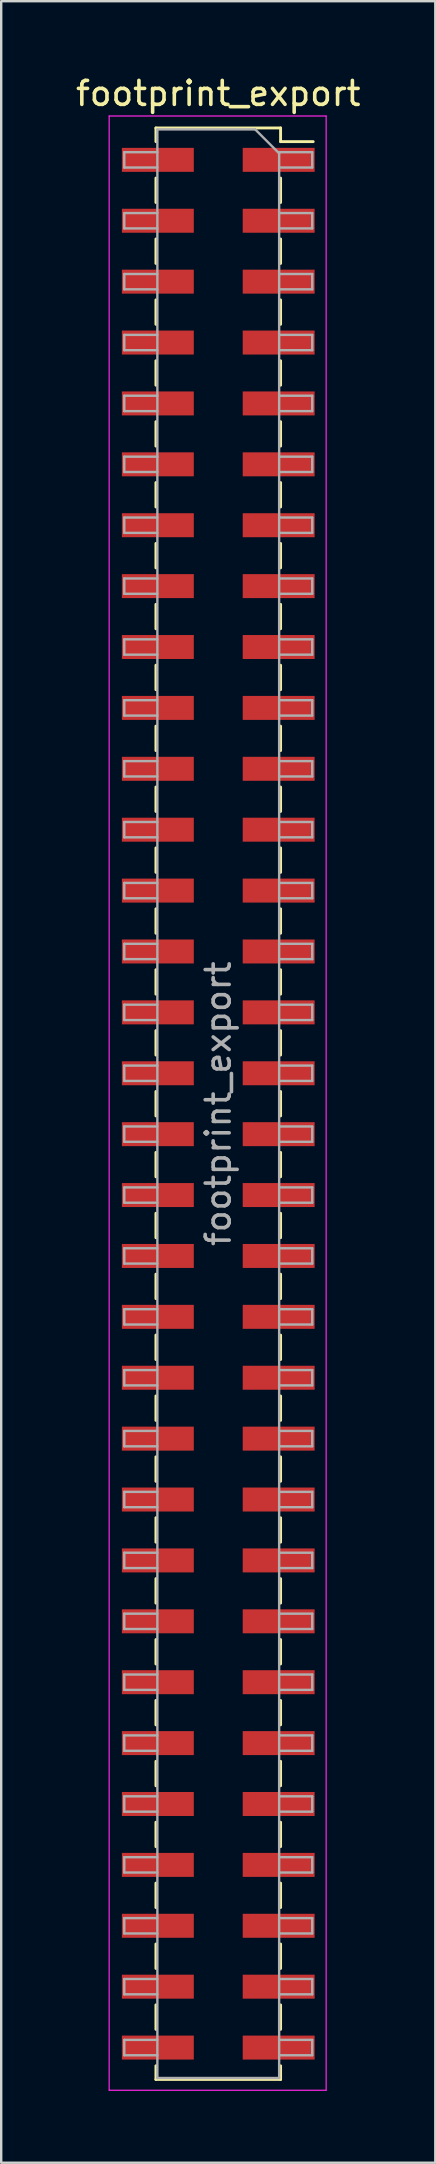
<source format=kicad_pcb>
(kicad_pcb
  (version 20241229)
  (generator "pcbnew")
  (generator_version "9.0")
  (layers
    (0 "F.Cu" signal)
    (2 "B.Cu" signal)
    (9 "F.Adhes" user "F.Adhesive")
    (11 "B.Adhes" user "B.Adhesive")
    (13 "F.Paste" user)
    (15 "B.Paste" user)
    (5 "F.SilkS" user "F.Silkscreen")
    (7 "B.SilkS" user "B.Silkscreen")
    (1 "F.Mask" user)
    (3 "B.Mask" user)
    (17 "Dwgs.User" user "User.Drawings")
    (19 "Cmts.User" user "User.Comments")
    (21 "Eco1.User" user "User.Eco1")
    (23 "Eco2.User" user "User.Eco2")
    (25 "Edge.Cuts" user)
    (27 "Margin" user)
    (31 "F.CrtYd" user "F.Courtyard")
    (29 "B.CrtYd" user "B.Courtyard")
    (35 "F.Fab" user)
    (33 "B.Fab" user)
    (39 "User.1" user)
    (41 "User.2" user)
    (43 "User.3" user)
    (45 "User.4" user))
  (footprint "footprint_export"
    (layer "F.Cu")
    (at 6.054 42.988)
    (property "Reference" "footprint_export" (at 0 -42.14 0) (layer "F.SilkS") (effects (font (size 1 1) (thickness 0.15))))
    (attr smd)
    (fp_line (start -2.6 -40.7) (end -2.6 -40.13) (stroke (width 0.12) (type solid)) (layer "F.SilkS"))
    (fp_line (start -2.6 -40.7) (end 2.6 -40.7) (stroke (width 0.12) (type solid)) (layer "F.SilkS"))
    (fp_line (start -2.6 -38.61) (end -2.6 -37.59) (stroke (width 0.12) (type solid)) (layer "F.SilkS"))
    (fp_line (start -2.6 -36.07) (end -2.6 -35.05) (stroke (width 0.12) (type solid)) (layer "F.SilkS"))
    (fp_line (start -2.6 -33.53) (end -2.6 -32.51) (stroke (width 0.12) (type solid)) (layer "F.SilkS"))
    (fp_line (start -2.6 -30.99) (end -2.6 -29.97) (stroke (width 0.12) (type solid)) (layer "F.SilkS"))
    (fp_line (start -2.6 -28.45) (end -2.6 -27.43) (stroke (width 0.12) (type solid)) (layer "F.SilkS"))
    (fp_line (start -2.6 -25.91) (end -2.6 -24.89) (stroke (width 0.12) (type solid)) (layer "F.SilkS"))
    (fp_line (start -2.6 -23.37) (end -2.6 -22.35) (stroke (width 0.12) (type solid)) (layer "F.SilkS"))
    (fp_line (start -2.6 -20.83) (end -2.6 -19.81) (stroke (width 0.12) (type solid)) (layer "F.SilkS"))
    (fp_line (start -2.6 -18.29) (end -2.6 -17.27) (stroke (width 0.12) (type solid)) (layer "F.SilkS"))
    (fp_line (start -2.6 -15.75) (end -2.6 -14.73) (stroke (width 0.12) (type solid)) (layer "F.SilkS"))
    (fp_line (start -2.6 -13.21) (end -2.6 -12.19) (stroke (width 0.12) (type solid)) (layer "F.SilkS"))
    (fp_line (start -2.6 -10.67) (end -2.6 -9.65) (stroke (width 0.12) (type solid)) (layer "F.SilkS"))
    (fp_line (start -2.6 -8.13) (end -2.6 -7.11) (stroke (width 0.12) (type solid)) (layer "F.SilkS"))
    (fp_line (start -2.6 -5.59) (end -2.6 -4.57) (stroke (width 0.12) (type solid)) (layer "F.SilkS"))
    (fp_line (start -2.6 -3.05) (end -2.6 -2.03) (stroke (width 0.12) (type solid)) (layer "F.SilkS"))
    (fp_line (start -2.6 -0.51) (end -2.6 0.51) (stroke (width 0.12) (type solid)) (layer "F.SilkS"))
    (fp_line (start -2.6 2.03) (end -2.6 3.05) (stroke (width 0.12) (type solid)) (layer "F.SilkS"))
    (fp_line (start -2.6 4.57) (end -2.6 5.59) (stroke (width 0.12) (type solid)) (layer "F.SilkS"))
    (fp_line (start -2.6 7.11) (end -2.6 8.13) (stroke (width 0.12) (type solid)) (layer "F.SilkS"))
    (fp_line (start -2.6 9.65) (end -2.6 10.67) (stroke (width 0.12) (type solid)) (layer "F.SilkS"))
    (fp_line (start -2.6 12.19) (end -2.6 13.21) (stroke (width 0.12) (type solid)) (layer "F.SilkS"))
    (fp_line (start -2.6 14.73) (end -2.6 15.75) (stroke (width 0.12) (type solid)) (layer "F.SilkS"))
    (fp_line (start -2.6 17.27) (end -2.6 18.29) (stroke (width 0.12) (type solid)) (layer "F.SilkS"))
    (fp_line (start -2.6 19.81) (end -2.6 20.83) (stroke (width 0.12) (type solid)) (layer "F.SilkS"))
    (fp_line (start -2.6 22.35) (end -2.6 23.37) (stroke (width 0.12) (type solid)) (layer "F.SilkS"))
    (fp_line (start -2.6 24.89) (end -2.6 25.91) (stroke (width 0.12) (type solid)) (layer "F.SilkS"))
    (fp_line (start -2.6 27.43) (end -2.6 28.45) (stroke (width 0.12) (type solid)) (layer "F.SilkS"))
    (fp_line (start -2.6 29.97) (end -2.6 30.99) (stroke (width 0.12) (type solid)) (layer "F.SilkS"))
    (fp_line (start -2.6 32.51) (end -2.6 33.53) (stroke (width 0.12) (type solid)) (layer "F.SilkS"))
    (fp_line (start -2.6 35.05) (end -2.6 36.07) (stroke (width 0.12) (type solid)) (layer "F.SilkS"))
    (fp_line (start -2.6 37.59) (end -2.6 38.61) (stroke (width 0.12) (type solid)) (layer "F.SilkS"))
    (fp_line (start -2.6 40.13) (end -2.6 40.7) (stroke (width 0.12) (type solid)) (layer "F.SilkS"))
    (fp_line (start -2.6 40.7) (end 2.6 40.7) (stroke (width 0.12) (type solid)) (layer "F.SilkS"))
    (fp_line (start 2.6 -40.7) (end 2.6 -40.13) (stroke (width 0.12) (type solid)) (layer "F.SilkS"))
    (fp_line (start 2.6 -40.13) (end 3.96 -40.13) (stroke (width 0.12) (type solid)) (layer "F.SilkS"))
    (fp_line (start 2.6 -38.61) (end 2.6 -37.59) (stroke (width 0.12) (type solid)) (layer "F.SilkS"))
    (fp_line (start 2.6 -36.07) (end 2.6 -35.05) (stroke (width 0.12) (type solid)) (layer "F.SilkS"))
    (fp_line (start 2.6 -33.53) (end 2.6 -32.51) (stroke (width 0.12) (type solid)) (layer "F.SilkS"))
    (fp_line (start 2.6 -30.99) (end 2.6 -29.97) (stroke (width 0.12) (type solid)) (layer "F.SilkS"))
    (fp_line (start 2.6 -28.45) (end 2.6 -27.43) (stroke (width 0.12) (type solid)) (layer "F.SilkS"))
    (fp_line (start 2.6 -25.91) (end 2.6 -24.89) (stroke (width 0.12) (type solid)) (layer "F.SilkS"))
    (fp_line (start 2.6 -23.37) (end 2.6 -22.35) (stroke (width 0.12) (type solid)) (layer "F.SilkS"))
    (fp_line (start 2.6 -20.83) (end 2.6 -19.81) (stroke (width 0.12) (type solid)) (layer "F.SilkS"))
    (fp_line (start 2.6 -18.29) (end 2.6 -17.27) (stroke (width 0.12) (type solid)) (layer "F.SilkS"))
    (fp_line (start 2.6 -15.75) (end 2.6 -14.73) (stroke (width 0.12) (type solid)) (layer "F.SilkS"))
    (fp_line (start 2.6 -13.21) (end 2.6 -12.19) (stroke (width 0.12) (type solid)) (layer "F.SilkS"))
    (fp_line (start 2.6 -10.67) (end 2.6 -9.65) (stroke (width 0.12) (type solid)) (layer "F.SilkS"))
    (fp_line (start 2.6 -8.13) (end 2.6 -7.11) (stroke (width 0.12) (type solid)) (layer "F.SilkS"))
    (fp_line (start 2.6 -5.59) (end 2.6 -4.57) (stroke (width 0.12) (type solid)) (layer "F.SilkS"))
    (fp_line (start 2.6 -3.05) (end 2.6 -2.03) (stroke (width 0.12) (type solid)) (layer "F.SilkS"))
    (fp_line (start 2.6 -0.51) (end 2.6 0.51) (stroke (width 0.12) (type solid)) (layer "F.SilkS"))
    (fp_line (start 2.6 2.03) (end 2.6 3.05) (stroke (width 0.12) (type solid)) (layer "F.SilkS"))
    (fp_line (start 2.6 4.57) (end 2.6 5.59) (stroke (width 0.12) (type solid)) (layer "F.SilkS"))
    (fp_line (start 2.6 7.11) (end 2.6 8.13) (stroke (width 0.12) (type solid)) (layer "F.SilkS"))
    (fp_line (start 2.6 9.65) (end 2.6 10.67) (stroke (width 0.12) (type solid)) (layer "F.SilkS"))
    (fp_line (start 2.6 12.19) (end 2.6 13.21) (stroke (width 0.12) (type solid)) (layer "F.SilkS"))
    (fp_line (start 2.6 14.73) (end 2.6 15.75) (stroke (width 0.12) (type solid)) (layer "F.SilkS"))
    (fp_line (start 2.6 17.27) (end 2.6 18.29) (stroke (width 0.12) (type solid)) (layer "F.SilkS"))
    (fp_line (start 2.6 19.81) (end 2.6 20.83) (stroke (width 0.12) (type solid)) (layer "F.SilkS"))
    (fp_line (start 2.6 22.35) (end 2.6 23.37) (stroke (width 0.12) (type solid)) (layer "F.SilkS"))
    (fp_line (start 2.6 24.89) (end 2.6 25.91) (stroke (width 0.12) (type solid)) (layer "F.SilkS"))
    (fp_line (start 2.6 27.43) (end 2.6 28.45) (stroke (width 0.12) (type solid)) (layer "F.SilkS"))
    (fp_line (start 2.6 29.97) (end 2.6 30.99) (stroke (width 0.12) (type solid)) (layer "F.SilkS"))
    (fp_line (start 2.6 32.51) (end 2.6 33.53) (stroke (width 0.12) (type solid)) (layer "F.SilkS"))
    (fp_line (start 2.6 35.05) (end 2.6 36.07) (stroke (width 0.12) (type solid)) (layer "F.SilkS"))
    (fp_line (start 2.6 37.59) (end 2.6 38.61) (stroke (width 0.12) (type solid)) (layer "F.SilkS"))
    (fp_line (start 2.6 40.13) (end 2.6 40.7) (stroke (width 0.12) (type solid)) (layer "F.SilkS"))
    (fp_line (start -4.55 -41.2) (end 4.5 -41.2) (stroke (width 0.05) (type solid)) (layer "F.CrtYd"))
    (fp_line (start -4.55 41.15) (end -4.55 -41.2) (stroke (width 0.05) (type solid)) (layer "F.CrtYd"))
    (fp_line (start 4.5 -41.2) (end 4.5 41.15) (stroke (width 0.05) (type solid)) (layer "F.CrtYd"))
    (fp_line (start 4.5 41.15) (end -4.55 41.15) (stroke (width 0.05) (type solid)) (layer "F.CrtYd"))
    (fp_line (start -3.92 -39.69) (end -2.54 -39.69) (stroke (width 0.1) (type solid)) (layer "F.Fab"))
    (fp_line (start -3.92 -39.05) (end -3.92 -39.69) (stroke (width 0.1) (type solid)) (layer "F.Fab"))
    (fp_line (start -3.92 -37.15) (end -2.54 -37.15) (stroke (width 0.1) (type solid)) (layer "F.Fab"))
    (fp_line (start -3.92 -36.51) (end -3.92 -37.15) (stroke (width 0.1) (type solid)) (layer "F.Fab"))
    (fp_line (start -3.92 -34.61) (end -2.54 -34.61) (stroke (width 0.1) (type solid)) (layer "F.Fab"))
    (fp_line (start -3.92 -33.97) (end -3.92 -34.61) (stroke (width 0.1) (type solid)) (layer "F.Fab"))
    (fp_line (start -3.92 -32.07) (end -2.54 -32.07) (stroke (width 0.1) (type solid)) (layer "F.Fab"))
    (fp_line (start -3.92 -31.43) (end -3.92 -32.07) (stroke (width 0.1) (type solid)) (layer "F.Fab"))
    (fp_line (start -3.92 -29.53) (end -2.54 -29.53) (stroke (width 0.1) (type solid)) (layer "F.Fab"))
    (fp_line (start -3.92 -28.89) (end -3.92 -29.53) (stroke (width 0.1) (type solid)) (layer "F.Fab"))
    (fp_line (start -3.92 -26.99) (end -2.54 -26.99) (stroke (width 0.1) (type solid)) (layer "F.Fab"))
    (fp_line (start -3.92 -26.35) (end -3.92 -26.99) (stroke (width 0.1) (type solid)) (layer "F.Fab"))
    (fp_line (start -3.92 -24.45) (end -2.54 -24.45) (stroke (width 0.1) (type solid)) (layer "F.Fab"))
    (fp_line (start -3.92 -23.81) (end -3.92 -24.45) (stroke (width 0.1) (type solid)) (layer "F.Fab"))
    (fp_line (start -3.92 -21.91) (end -2.54 -21.91) (stroke (width 0.1) (type solid)) (layer "F.Fab"))
    (fp_line (start -3.92 -21.27) (end -3.92 -21.91) (stroke (width 0.1) (type solid)) (layer "F.Fab"))
    (fp_line (start -3.92 -19.37) (end -2.54 -19.37) (stroke (width 0.1) (type solid)) (layer "F.Fab"))
    (fp_line (start -3.92 -18.73) (end -3.92 -19.37) (stroke (width 0.1) (type solid)) (layer "F.Fab"))
    (fp_line (start -3.92 -16.83) (end -2.54 -16.83) (stroke (width 0.1) (type solid)) (layer "F.Fab"))
    (fp_line (start -3.92 -16.19) (end -3.92 -16.83) (stroke (width 0.1) (type solid)) (layer "F.Fab"))
    (fp_line (start -3.92 -14.29) (end -2.54 -14.29) (stroke (width 0.1) (type solid)) (layer "F.Fab"))
    (fp_line (start -3.92 -13.65) (end -3.92 -14.29) (stroke (width 0.1) (type solid)) (layer "F.Fab"))
    (fp_line (start -3.92 -11.75) (end -2.54 -11.75) (stroke (width 0.1) (type solid)) (layer "F.Fab"))
    (fp_line (start -3.92 -11.11) (end -3.92 -11.75) (stroke (width 0.1) (type solid)) (layer "F.Fab"))
    (fp_line (start -3.92 -9.21) (end -2.54 -9.21) (stroke (width 0.1) (type solid)) (layer "F.Fab"))
    (fp_line (start -3.92 -8.57) (end -3.92 -9.21) (stroke (width 0.1) (type solid)) (layer "F.Fab"))
    (fp_line (start -3.92 -6.67) (end -2.54 -6.67) (stroke (width 0.1) (type solid)) (layer "F.Fab"))
    (fp_line (start -3.92 -6.03) (end -3.92 -6.67) (stroke (width 0.1) (type solid)) (layer "F.Fab"))
    (fp_line (start -3.92 -4.13) (end -2.54 -4.13) (stroke (width 0.1) (type solid)) (layer "F.Fab"))
    (fp_line (start -3.92 -3.49) (end -3.92 -4.13) (stroke (width 0.1) (type solid)) (layer "F.Fab"))
    (fp_line (start -3.92 -1.59) (end -2.54 -1.59) (stroke (width 0.1) (type solid)) (layer "F.Fab"))
    (fp_line (start -3.92 -0.95) (end -3.92 -1.59) (stroke (width 0.1) (type solid)) (layer "F.Fab"))
    (fp_line (start -3.92 0.95) (end -2.54 0.95) (stroke (width 0.1) (type solid)) (layer "F.Fab"))
    (fp_line (start -3.92 1.59) (end -3.92 0.95) (stroke (width 0.1) (type solid)) (layer "F.Fab"))
    (fp_line (start -3.92 3.49) (end -2.54 3.49) (stroke (width 0.1) (type solid)) (layer "F.Fab"))
    (fp_line (start -3.92 4.13) (end -3.92 3.49) (stroke (width 0.1) (type solid)) (layer "F.Fab"))
    (fp_line (start -3.92 6.03) (end -2.54 6.03) (stroke (width 0.1) (type solid)) (layer "F.Fab"))
    (fp_line (start -3.92 6.67) (end -3.92 6.03) (stroke (width 0.1) (type solid)) (layer "F.Fab"))
    (fp_line (start -3.92 8.57) (end -2.54 8.57) (stroke (width 0.1) (type solid)) (layer "F.Fab"))
    (fp_line (start -3.92 9.21) (end -3.92 8.57) (stroke (width 0.1) (type solid)) (layer "F.Fab"))
    (fp_line (start -3.92 11.11) (end -2.54 11.11) (stroke (width 0.1) (type solid)) (layer "F.Fab"))
    (fp_line (start -3.92 11.75) (end -3.92 11.11) (stroke (width 0.1) (type solid)) (layer "F.Fab"))
    (fp_line (start -3.92 13.65) (end -2.54 13.65) (stroke (width 0.1) (type solid)) (layer "F.Fab"))
    (fp_line (start -3.92 14.29) (end -3.92 13.65) (stroke (width 0.1) (type solid)) (layer "F.Fab"))
    (fp_line (start -3.92 16.19) (end -2.54 16.19) (stroke (width 0.1) (type solid)) (layer "F.Fab"))
    (fp_line (start -3.92 16.83) (end -3.92 16.19) (stroke (width 0.1) (type solid)) (layer "F.Fab"))
    (fp_line (start -3.92 18.73) (end -2.54 18.73) (stroke (width 0.1) (type solid)) (layer "F.Fab"))
    (fp_line (start -3.92 19.37) (end -3.92 18.73) (stroke (width 0.1) (type solid)) (layer "F.Fab"))
    (fp_line (start -3.92 21.27) (end -2.54 21.27) (stroke (width 0.1) (type solid)) (layer "F.Fab"))
    (fp_line (start -3.92 21.91) (end -3.92 21.27) (stroke (width 0.1) (type solid)) (layer "F.Fab"))
    (fp_line (start -3.92 23.81) (end -2.54 23.81) (stroke (width 0.1) (type solid)) (layer "F.Fab"))
    (fp_line (start -3.92 24.45) (end -3.92 23.81) (stroke (width 0.1) (type solid)) (layer "F.Fab"))
    (fp_line (start -3.92 26.35) (end -2.54 26.35) (stroke (width 0.1) (type solid)) (layer "F.Fab"))
    (fp_line (start -3.92 26.99) (end -3.92 26.35) (stroke (width 0.1) (type solid)) (layer "F.Fab"))
    (fp_line (start -3.92 28.89) (end -2.54 28.89) (stroke (width 0.1) (type solid)) (layer "F.Fab"))
    (fp_line (start -3.92 29.53) (end -3.92 28.89) (stroke (width 0.1) (type solid)) (layer "F.Fab"))
    (fp_line (start -3.92 31.43) (end -2.54 31.43) (stroke (width 0.1) (type solid)) (layer "F.Fab"))
    (fp_line (start -3.92 32.07) (end -3.92 31.43) (stroke (width 0.1) (type solid)) (layer "F.Fab"))
    (fp_line (start -3.92 33.97) (end -2.54 33.97) (stroke (width 0.1) (type solid)) (layer "F.Fab"))
    (fp_line (start -3.92 34.61) (end -3.92 33.97) (stroke (width 0.1) (type solid)) (layer "F.Fab"))
    (fp_line (start -3.92 36.51) (end -2.54 36.51) (stroke (width 0.1) (type solid)) (layer "F.Fab"))
    (fp_line (start -3.92 37.15) (end -3.92 36.51) (stroke (width 0.1) (type solid)) (layer "F.Fab"))
    (fp_line (start -3.92 39.05) (end -2.54 39.05) (stroke (width 0.1) (type solid)) (layer "F.Fab"))
    (fp_line (start -3.92 39.69) (end -3.92 39.05) (stroke (width 0.1) (type solid)) (layer "F.Fab"))
    (fp_line (start -2.54 -40.64) (end 1.54 -40.64) (stroke (width 0.1) (type solid)) (layer "F.Fab"))
    (fp_line (start -2.54 -39.05) (end -3.92 -39.05) (stroke (width 0.1) (type solid)) (layer "F.Fab"))
    (fp_line (start -2.54 -36.51) (end -3.92 -36.51) (stroke (width 0.1) (type solid)) (layer "F.Fab"))
    (fp_line (start -2.54 -33.97) (end -3.92 -33.97) (stroke (width 0.1) (type solid)) (layer "F.Fab"))
    (fp_line (start -2.54 -31.43) (end -3.92 -31.43) (stroke (width 0.1) (type solid)) (layer "F.Fab"))
    (fp_line (start -2.54 -28.89) (end -3.92 -28.89) (stroke (width 0.1) (type solid)) (layer "F.Fab"))
    (fp_line (start -2.54 -26.35) (end -3.92 -26.35) (stroke (width 0.1) (type solid)) (layer "F.Fab"))
    (fp_line (start -2.54 -23.81) (end -3.92 -23.81) (stroke (width 0.1) (type solid)) (layer "F.Fab"))
    (fp_line (start -2.54 -21.27) (end -3.92 -21.27) (stroke (width 0.1) (type solid)) (layer "F.Fab"))
    (fp_line (start -2.54 -18.73) (end -3.92 -18.73) (stroke (width 0.1) (type solid)) (layer "F.Fab"))
    (fp_line (start -2.54 -16.19) (end -3.92 -16.19) (stroke (width 0.1) (type solid)) (layer "F.Fab"))
    (fp_line (start -2.54 -13.65) (end -3.92 -13.65) (stroke (width 0.1) (type solid)) (layer "F.Fab"))
    (fp_line (start -2.54 -11.11) (end -3.92 -11.11) (stroke (width 0.1) (type solid)) (layer "F.Fab"))
    (fp_line (start -2.54 -8.57) (end -3.92 -8.57) (stroke (width 0.1) (type solid)) (layer "F.Fab"))
    (fp_line (start -2.54 -6.03) (end -3.92 -6.03) (stroke (width 0.1) (type solid)) (layer "F.Fab"))
    (fp_line (start -2.54 -3.49) (end -3.92 -3.49) (stroke (width 0.1) (type solid)) (layer "F.Fab"))
    (fp_line (start -2.54 -0.95) (end -3.92 -0.95) (stroke (width 0.1) (type solid)) (layer "F.Fab"))
    (fp_line (start -2.54 1.59) (end -3.92 1.59) (stroke (width 0.1) (type solid)) (layer "F.Fab"))
    (fp_line (start -2.54 4.13) (end -3.92 4.13) (stroke (width 0.1) (type solid)) (layer "F.Fab"))
    (fp_line (start -2.54 6.67) (end -3.92 6.67) (stroke (width 0.1) (type solid)) (layer "F.Fab"))
    (fp_line (start -2.54 9.21) (end -3.92 9.21) (stroke (width 0.1) (type solid)) (layer "F.Fab"))
    (fp_line (start -2.54 11.75) (end -3.92 11.75) (stroke (width 0.1) (type solid)) (layer "F.Fab"))
    (fp_line (start -2.54 14.29) (end -3.92 14.29) (stroke (width 0.1) (type solid)) (layer "F.Fab"))
    (fp_line (start -2.54 16.83) (end -3.92 16.83) (stroke (width 0.1) (type solid)) (layer "F.Fab"))
    (fp_line (start -2.54 19.37) (end -3.92 19.37) (stroke (width 0.1) (type solid)) (layer "F.Fab"))
    (fp_line (start -2.54 21.91) (end -3.92 21.91) (stroke (width 0.1) (type solid)) (layer "F.Fab"))
    (fp_line (start -2.54 24.45) (end -3.92 24.45) (stroke (width 0.1) (type solid)) (layer "F.Fab"))
    (fp_line (start -2.54 26.99) (end -3.92 26.99) (stroke (width 0.1) (type solid)) (layer "F.Fab"))
    (fp_line (start -2.54 29.53) (end -3.92 29.53) (stroke (width 0.1) (type solid)) (layer "F.Fab"))
    (fp_line (start -2.54 32.07) (end -3.92 32.07) (stroke (width 0.1) (type solid)) (layer "F.Fab"))
    (fp_line (start -2.54 34.61) (end -3.92 34.61) (stroke (width 0.1) (type solid)) (layer "F.Fab"))
    (fp_line (start -2.54 37.15) (end -3.92 37.15) (stroke (width 0.1) (type solid)) (layer "F.Fab"))
    (fp_line (start -2.54 39.69) (end -3.92 39.69) (stroke (width 0.1) (type solid)) (layer "F.Fab"))
    (fp_line (start -2.54 40.64) (end -2.54 -40.64) (stroke (width 0.1) (type solid)) (layer "F.Fab"))
    (fp_line (start 1.54 -40.64) (end 2.54 -39.64) (stroke (width 0.1) (type solid)) (layer "F.Fab"))
    (fp_line (start 2.54 -39.69) (end 3.92 -39.69) (stroke (width 0.1) (type solid)) (layer "F.Fab"))
    (fp_line (start 2.54 -39.64) (end 2.54 40.64) (stroke (width 0.1) (type solid)) (layer "F.Fab"))
    (fp_line (start 2.54 -37.15) (end 3.92 -37.15) (stroke (width 0.1) (type solid)) (layer "F.Fab"))
    (fp_line (start 2.54 -34.61) (end 3.92 -34.61) (stroke (width 0.1) (type solid)) (layer "F.Fab"))
    (fp_line (start 2.54 -32.07) (end 3.92 -32.07) (stroke (width 0.1) (type solid)) (layer "F.Fab"))
    (fp_line (start 2.54 -29.53) (end 3.92 -29.53) (stroke (width 0.1) (type solid)) (layer "F.Fab"))
    (fp_line (start 2.54 -26.99) (end 3.92 -26.99) (stroke (width 0.1) (type solid)) (layer "F.Fab"))
    (fp_line (start 2.54 -24.45) (end 3.92 -24.45) (stroke (width 0.1) (type solid)) (layer "F.Fab"))
    (fp_line (start 2.54 -21.91) (end 3.92 -21.91) (stroke (width 0.1) (type solid)) (layer "F.Fab"))
    (fp_line (start 2.54 -19.37) (end 3.92 -19.37) (stroke (width 0.1) (type solid)) (layer "F.Fab"))
    (fp_line (start 2.54 -16.83) (end 3.92 -16.83) (stroke (width 0.1) (type solid)) (layer "F.Fab"))
    (fp_line (start 2.54 -14.29) (end 3.92 -14.29) (stroke (width 0.1) (type solid)) (layer "F.Fab"))
    (fp_line (start 2.54 -11.75) (end 3.92 -11.75) (stroke (width 0.1) (type solid)) (layer "F.Fab"))
    (fp_line (start 2.54 -9.21) (end 3.92 -9.21) (stroke (width 0.1) (type solid)) (layer "F.Fab"))
    (fp_line (start 2.54 -6.67) (end 3.92 -6.67) (stroke (width 0.1) (type solid)) (layer "F.Fab"))
    (fp_line (start 2.54 -4.13) (end 3.92 -4.13) (stroke (width 0.1) (type solid)) (layer "F.Fab"))
    (fp_line (start 2.54 -1.59) (end 3.92 -1.59) (stroke (width 0.1) (type solid)) (layer "F.Fab"))
    (fp_line (start 2.54 0.95) (end 3.92 0.95) (stroke (width 0.1) (type solid)) (layer "F.Fab"))
    (fp_line (start 2.54 3.49) (end 3.92 3.49) (stroke (width 0.1) (type solid)) (layer "F.Fab"))
    (fp_line (start 2.54 6.03) (end 3.92 6.03) (stroke (width 0.1) (type solid)) (layer "F.Fab"))
    (fp_line (start 2.54 8.57) (end 3.92 8.57) (stroke (width 0.1) (type solid)) (layer "F.Fab"))
    (fp_line (start 2.54 11.11) (end 3.92 11.11) (stroke (width 0.1) (type solid)) (layer "F.Fab"))
    (fp_line (start 2.54 13.65) (end 3.92 13.65) (stroke (width 0.1) (type solid)) (layer "F.Fab"))
    (fp_line (start 2.54 16.19) (end 3.92 16.19) (stroke (width 0.1) (type solid)) (layer "F.Fab"))
    (fp_line (start 2.54 18.73) (end 3.92 18.73) (stroke (width 0.1) (type solid)) (layer "F.Fab"))
    (fp_line (start 2.54 21.27) (end 3.92 21.27) (stroke (width 0.1) (type solid)) (layer "F.Fab"))
    (fp_line (start 2.54 23.81) (end 3.92 23.81) (stroke (width 0.1) (type solid)) (layer "F.Fab"))
    (fp_line (start 2.54 26.35) (end 3.92 26.35) (stroke (width 0.1) (type solid)) (layer "F.Fab"))
    (fp_line (start 2.54 28.89) (end 3.92 28.89) (stroke (width 0.1) (type solid)) (layer "F.Fab"))
    (fp_line (start 2.54 31.43) (end 3.92 31.43) (stroke (width 0.1) (type solid)) (layer "F.Fab"))
    (fp_line (start 2.54 33.97) (end 3.92 33.97) (stroke (width 0.1) (type solid)) (layer "F.Fab"))
    (fp_line (start 2.54 36.51) (end 3.92 36.51) (stroke (width 0.1) (type solid)) (layer "F.Fab"))
    (fp_line (start 2.54 39.05) (end 3.92 39.05) (stroke (width 0.1) (type solid)) (layer "F.Fab"))
    (fp_line (start 2.54 40.64) (end -2.54 40.64) (stroke (width 0.1) (type solid)) (layer "F.Fab"))
    (fp_line (start 3.92 -39.69) (end 3.92 -39.05) (stroke (width 0.1) (type solid)) (layer "F.Fab"))
    (fp_line (start 3.92 -39.05) (end 2.54 -39.05) (stroke (width 0.1) (type solid)) (layer "F.Fab"))
    (fp_line (start 3.92 -37.15) (end 3.92 -36.51) (stroke (width 0.1) (type solid)) (layer "F.Fab"))
    (fp_line (start 3.92 -36.51) (end 2.54 -36.51) (stroke (width 0.1) (type solid)) (layer "F.Fab"))
    (fp_line (start 3.92 -34.61) (end 3.92 -33.97) (stroke (width 0.1) (type solid)) (layer "F.Fab"))
    (fp_line (start 3.92 -33.97) (end 2.54 -33.97) (stroke (width 0.1) (type solid)) (layer "F.Fab"))
    (fp_line (start 3.92 -32.07) (end 3.92 -31.43) (stroke (width 0.1) (type solid)) (layer "F.Fab"))
    (fp_line (start 3.92 -31.43) (end 2.54 -31.43) (stroke (width 0.1) (type solid)) (layer "F.Fab"))
    (fp_line (start 3.92 -29.53) (end 3.92 -28.89) (stroke (width 0.1) (type solid)) (layer "F.Fab"))
    (fp_line (start 3.92 -28.89) (end 2.54 -28.89) (stroke (width 0.1) (type solid)) (layer "F.Fab"))
    (fp_line (start 3.92 -26.99) (end 3.92 -26.35) (stroke (width 0.1) (type solid)) (layer "F.Fab"))
    (fp_line (start 3.92 -26.35) (end 2.54 -26.35) (stroke (width 0.1) (type solid)) (layer "F.Fab"))
    (fp_line (start 3.92 -24.45) (end 3.92 -23.81) (stroke (width 0.1) (type solid)) (layer "F.Fab"))
    (fp_line (start 3.92 -23.81) (end 2.54 -23.81) (stroke (width 0.1) (type solid)) (layer "F.Fab"))
    (fp_line (start 3.92 -21.91) (end 3.92 -21.27) (stroke (width 0.1) (type solid)) (layer "F.Fab"))
    (fp_line (start 3.92 -21.27) (end 2.54 -21.27) (stroke (width 0.1) (type solid)) (layer "F.Fab"))
    (fp_line (start 3.92 -19.37) (end 3.92 -18.73) (stroke (width 0.1) (type solid)) (layer "F.Fab"))
    (fp_line (start 3.92 -18.73) (end 2.54 -18.73) (stroke (width 0.1) (type solid)) (layer "F.Fab"))
    (fp_line (start 3.92 -16.83) (end 3.92 -16.19) (stroke (width 0.1) (type solid)) (layer "F.Fab"))
    (fp_line (start 3.92 -16.19) (end 2.54 -16.19) (stroke (width 0.1) (type solid)) (layer "F.Fab"))
    (fp_line (start 3.92 -14.29) (end 3.92 -13.65) (stroke (width 0.1) (type solid)) (layer "F.Fab"))
    (fp_line (start 3.92 -13.65) (end 2.54 -13.65) (stroke (width 0.1) (type solid)) (layer "F.Fab"))
    (fp_line (start 3.92 -11.75) (end 3.92 -11.11) (stroke (width 0.1) (type solid)) (layer "F.Fab"))
    (fp_line (start 3.92 -11.11) (end 2.54 -11.11) (stroke (width 0.1) (type solid)) (layer "F.Fab"))
    (fp_line (start 3.92 -9.21) (end 3.92 -8.57) (stroke (width 0.1) (type solid)) (layer "F.Fab"))
    (fp_line (start 3.92 -8.57) (end 2.54 -8.57) (stroke (width 0.1) (type solid)) (layer "F.Fab"))
    (fp_line (start 3.92 -6.67) (end 3.92 -6.03) (stroke (width 0.1) (type solid)) (layer "F.Fab"))
    (fp_line (start 3.92 -6.03) (end 2.54 -6.03) (stroke (width 0.1) (type solid)) (layer "F.Fab"))
    (fp_line (start 3.92 -4.13) (end 3.92 -3.49) (stroke (width 0.1) (type solid)) (layer "F.Fab"))
    (fp_line (start 3.92 -3.49) (end 2.54 -3.49) (stroke (width 0.1) (type solid)) (layer "F.Fab"))
    (fp_line (start 3.92 -1.59) (end 3.92 -0.95) (stroke (width 0.1) (type solid)) (layer "F.Fab"))
    (fp_line (start 3.92 -0.95) (end 2.54 -0.95) (stroke (width 0.1) (type solid)) (layer "F.Fab"))
    (fp_line (start 3.92 0.95) (end 3.92 1.59) (stroke (width 0.1) (type solid)) (layer "F.Fab"))
    (fp_line (start 3.92 1.59) (end 2.54 1.59) (stroke (width 0.1) (type solid)) (layer "F.Fab"))
    (fp_line (start 3.92 3.49) (end 3.92 4.13) (stroke (width 0.1) (type solid)) (layer "F.Fab"))
    (fp_line (start 3.92 4.13) (end 2.54 4.13) (stroke (width 0.1) (type solid)) (layer "F.Fab"))
    (fp_line (start 3.92 6.03) (end 3.92 6.67) (stroke (width 0.1) (type solid)) (layer "F.Fab"))
    (fp_line (start 3.92 6.67) (end 2.54 6.67) (stroke (width 0.1) (type solid)) (layer "F.Fab"))
    (fp_line (start 3.92 8.57) (end 3.92 9.21) (stroke (width 0.1) (type solid)) (layer "F.Fab"))
    (fp_line (start 3.92 9.21) (end 2.54 9.21) (stroke (width 0.1) (type solid)) (layer "F.Fab"))
    (fp_line (start 3.92 11.11) (end 3.92 11.75) (stroke (width 0.1) (type solid)) (layer "F.Fab"))
    (fp_line (start 3.92 11.75) (end 2.54 11.75) (stroke (width 0.1) (type solid)) (layer "F.Fab"))
    (fp_line (start 3.92 13.65) (end 3.92 14.29) (stroke (width 0.1) (type solid)) (layer "F.Fab"))
    (fp_line (start 3.92 14.29) (end 2.54 14.29) (stroke (width 0.1) (type solid)) (layer "F.Fab"))
    (fp_line (start 3.92 16.19) (end 3.92 16.83) (stroke (width 0.1) (type solid)) (layer "F.Fab"))
    (fp_line (start 3.92 16.83) (end 2.54 16.83) (stroke (width 0.1) (type solid)) (layer "F.Fab"))
    (fp_line (start 3.92 18.73) (end 3.92 19.37) (stroke (width 0.1) (type solid)) (layer "F.Fab"))
    (fp_line (start 3.92 19.37) (end 2.54 19.37) (stroke (width 0.1) (type solid)) (layer "F.Fab"))
    (fp_line (start 3.92 21.27) (end 3.92 21.91) (stroke (width 0.1) (type solid)) (layer "F.Fab"))
    (fp_line (start 3.92 21.91) (end 2.54 21.91) (stroke (width 0.1) (type solid)) (layer "F.Fab"))
    (fp_line (start 3.92 23.81) (end 3.92 24.45) (stroke (width 0.1) (type solid)) (layer "F.Fab"))
    (fp_line (start 3.92 24.45) (end 2.54 24.45) (stroke (width 0.1) (type solid)) (layer "F.Fab"))
    (fp_line (start 3.92 26.35) (end 3.92 26.99) (stroke (width 0.1) (type solid)) (layer "F.Fab"))
    (fp_line (start 3.92 26.99) (end 2.54 26.99) (stroke (width 0.1) (type solid)) (layer "F.Fab"))
    (fp_line (start 3.92 28.89) (end 3.92 29.53) (stroke (width 0.1) (type solid)) (layer "F.Fab"))
    (fp_line (start 3.92 29.53) (end 2.54 29.53) (stroke (width 0.1) (type solid)) (layer "F.Fab"))
    (fp_line (start 3.92 31.43) (end 3.92 32.07) (stroke (width 0.1) (type solid)) (layer "F.Fab"))
    (fp_line (start 3.92 32.07) (end 2.54 32.07) (stroke (width 0.1) (type solid)) (layer "F.Fab"))
    (fp_line (start 3.92 33.97) (end 3.92 34.61) (stroke (width 0.1) (type solid)) (layer "F.Fab"))
    (fp_line (start 3.92 34.61) (end 2.54 34.61) (stroke (width 0.1) (type solid)) (layer "F.Fab"))
    (fp_line (start 3.92 36.51) (end 3.92 37.15) (stroke (width 0.1) (type solid)) (layer "F.Fab"))
    (fp_line (start 3.92 37.15) (end 2.54 37.15) (stroke (width 0.1) (type solid)) (layer "F.Fab"))
    (fp_line (start 3.92 39.05) (end 3.92 39.69) (stroke (width 0.1) (type solid)) (layer "F.Fab"))
    (fp_line (start 3.92 39.69) (end 2.54 39.69) (stroke (width 0.1) (type solid)) (layer "F.Fab"))
    (fp_text user "${REFERENCE}" (at 0 0 90) (layer "F.Fab") (effects (font (size 1 1) (thickness 0.15))))
    (pad "1" smd rect (at 2.52 -39.37) (size 3 1) (layers "F.Cu" "F.Mask" "F.Paste"))
    (pad "2" smd rect (at -2.52 -39.37) (size 3 1) (layers "F.Cu" "F.Mask" "F.Paste"))
    (pad "3" smd rect (at 2.52 -36.83) (size 3 1) (layers "F.Cu" "F.Mask" "F.Paste"))
    (pad "4" smd rect (at -2.52 -36.83) (size 3 1) (layers "F.Cu" "F.Mask" "F.Paste"))
    (pad "5" smd rect (at 2.52 -34.29) (size 3 1) (layers "F.Cu" "F.Mask" "F.Paste"))
    (pad "6" smd rect (at -2.52 -34.29) (size 3 1) (layers "F.Cu" "F.Mask" "F.Paste"))
    (pad "7" smd rect (at 2.52 -31.75) (size 3 1) (layers "F.Cu" "F.Mask" "F.Paste"))
    (pad "8" smd rect (at -2.52 -31.75) (size 3 1) (layers "F.Cu" "F.Mask" "F.Paste"))
    (pad "9" smd rect (at 2.52 -29.21) (size 3 1) (layers "F.Cu" "F.Mask" "F.Paste"))
    (pad "10" smd rect (at -2.52 -29.21) (size 3 1) (layers "F.Cu" "F.Mask" "F.Paste"))
    (pad "11" smd rect (at 2.52 -26.67) (size 3 1) (layers "F.Cu" "F.Mask" "F.Paste"))
    (pad "12" smd rect (at -2.52 -26.67) (size 3 1) (layers "F.Cu" "F.Mask" "F.Paste"))
    (pad "13" smd rect (at 2.52 -24.13) (size 3 1) (layers "F.Cu" "F.Mask" "F.Paste"))
    (pad "14" smd rect (at -2.52 -24.13) (size 3 1) (layers "F.Cu" "F.Mask" "F.Paste"))
    (pad "15" smd rect (at 2.52 -21.59) (size 3 1) (layers "F.Cu" "F.Mask" "F.Paste"))
    (pad "16" smd rect (at -2.52 -21.59) (size 3 1) (layers "F.Cu" "F.Mask" "F.Paste"))
    (pad "17" smd rect (at 2.52 -19.05) (size 3 1) (layers "F.Cu" "F.Mask" "F.Paste"))
    (pad "18" smd rect (at -2.52 -19.05) (size 3 1) (layers "F.Cu" "F.Mask" "F.Paste"))
    (pad "19" smd rect (at 2.52 -16.51) (size 3 1) (layers "F.Cu" "F.Mask" "F.Paste"))
    (pad "20" smd rect (at -2.52 -16.51) (size 3 1) (layers "F.Cu" "F.Mask" "F.Paste"))
    (pad "21" smd rect (at 2.52 -13.97) (size 3 1) (layers "F.Cu" "F.Mask" "F.Paste"))
    (pad "22" smd rect (at -2.52 -13.97) (size 3 1) (layers "F.Cu" "F.Mask" "F.Paste"))
    (pad "23" smd rect (at 2.52 -11.43) (size 3 1) (layers "F.Cu" "F.Mask" "F.Paste"))
    (pad "24" smd rect (at -2.52 -11.43) (size 3 1) (layers "F.Cu" "F.Mask" "F.Paste"))
    (pad "25" smd rect (at 2.52 -8.89) (size 3 1) (layers "F.Cu" "F.Mask" "F.Paste"))
    (pad "26" smd rect (at -2.52 -8.89) (size 3 1) (layers "F.Cu" "F.Mask" "F.Paste"))
    (pad "27" smd rect (at 2.52 -6.35) (size 3 1) (layers "F.Cu" "F.Mask" "F.Paste"))
    (pad "28" smd rect (at -2.52 -6.35) (size 3 1) (layers "F.Cu" "F.Mask" "F.Paste"))
    (pad "29" smd rect (at 2.52 -3.81) (size 3 1) (layers "F.Cu" "F.Mask" "F.Paste"))
    (pad "30" smd rect (at -2.52 -3.81) (size 3 1) (layers "F.Cu" "F.Mask" "F.Paste"))
    (pad "31" smd rect (at 2.52 -1.27) (size 3 1) (layers "F.Cu" "F.Mask" "F.Paste"))
    (pad "32" smd rect (at -2.52 -1.27) (size 3 1) (layers "F.Cu" "F.Mask" "F.Paste"))
    (pad "33" smd rect (at 2.52 1.27) (size 3 1) (layers "F.Cu" "F.Mask" "F.Paste"))
    (pad "34" smd rect (at -2.52 1.27) (size 3 1) (layers "F.Cu" "F.Mask" "F.Paste"))
    (pad "35" smd rect (at 2.52 3.81) (size 3 1) (layers "F.Cu" "F.Mask" "F.Paste"))
    (pad "36" smd rect (at -2.52 3.81) (size 3 1) (layers "F.Cu" "F.Mask" "F.Paste"))
    (pad "37" smd rect (at 2.52 6.35) (size 3 1) (layers "F.Cu" "F.Mask" "F.Paste"))
    (pad "38" smd rect (at -2.52 6.35) (size 3 1) (layers "F.Cu" "F.Mask" "F.Paste"))
    (pad "39" smd rect (at 2.52 8.89) (size 3 1) (layers "F.Cu" "F.Mask" "F.Paste"))
    (pad "40" smd rect (at -2.52 8.89) (size 3 1) (layers "F.Cu" "F.Mask" "F.Paste"))
    (pad "41" smd rect (at 2.52 11.43) (size 3 1) (layers "F.Cu" "F.Mask" "F.Paste"))
    (pad "42" smd rect (at -2.52 11.43) (size 3 1) (layers "F.Cu" "F.Mask" "F.Paste"))
    (pad "43" smd rect (at 2.52 13.97) (size 3 1) (layers "F.Cu" "F.Mask" "F.Paste"))
    (pad "44" smd rect (at -2.52 13.97) (size 3 1) (layers "F.Cu" "F.Mask" "F.Paste"))
    (pad "45" smd rect (at 2.52 16.51) (size 3 1) (layers "F.Cu" "F.Mask" "F.Paste"))
    (pad "46" smd rect (at -2.52 16.51) (size 3 1) (layers "F.Cu" "F.Mask" "F.Paste"))
    (pad "47" smd rect (at 2.52 19.05) (size 3 1) (layers "F.Cu" "F.Mask" "F.Paste"))
    (pad "48" smd rect (at -2.52 19.05) (size 3 1) (layers "F.Cu" "F.Mask" "F.Paste"))
    (pad "49" smd rect (at 2.52 21.59) (size 3 1) (layers "F.Cu" "F.Mask" "F.Paste"))
    (pad "50" smd rect (at -2.52 21.59) (size 3 1) (layers "F.Cu" "F.Mask" "F.Paste"))
    (pad "51" smd rect (at 2.52 24.13) (size 3 1) (layers "F.Cu" "F.Mask" "F.Paste"))
    (pad "52" smd rect (at -2.52 24.13) (size 3 1) (layers "F.Cu" "F.Mask" "F.Paste"))
    (pad "53" smd rect (at 2.52 26.67) (size 3 1) (layers "F.Cu" "F.Mask" "F.Paste"))
    (pad "54" smd rect (at -2.52 26.67) (size 3 1) (layers "F.Cu" "F.Mask" "F.Paste"))
    (pad "55" smd rect (at 2.52 29.21) (size 3 1) (layers "F.Cu" "F.Mask" "F.Paste"))
    (pad "56" smd rect (at -2.52 29.21) (size 3 1) (layers "F.Cu" "F.Mask" "F.Paste"))
    (pad "57" smd rect (at 2.52 31.75) (size 3 1) (layers "F.Cu" "F.Mask" "F.Paste"))
    (pad "58" smd rect (at -2.52 31.75) (size 3 1) (layers "F.Cu" "F.Mask" "F.Paste"))
    (pad "59" smd rect (at 2.52 34.29) (size 3 1) (layers "F.Cu" "F.Mask" "F.Paste"))
    (pad "60" smd rect (at -2.52 34.29) (size 3 1) (layers "F.Cu" "F.Mask" "F.Paste"))
    (pad "61" smd rect (at 2.52 36.83) (size 3 1) (layers "F.Cu" "F.Mask" "F.Paste"))
    (pad "62" smd rect (at -2.52 36.83) (size 3 1) (layers "F.Cu" "F.Mask" "F.Paste"))
    (pad "63" smd rect (at 2.52 39.37) (size 3 1) (layers "F.Cu" "F.Mask" "F.Paste"))
    (pad "64" smd rect (at -2.52 39.37) (size 3 1) (layers "F.Cu" "F.Mask" "F.Paste")))
  (gr_rect
    (start -3 -3)
    (end 15.107 87.163)
    (stroke (width 0.1) (type default))
    (fill no)
    (layer "Edge.Cuts")))
</source>
